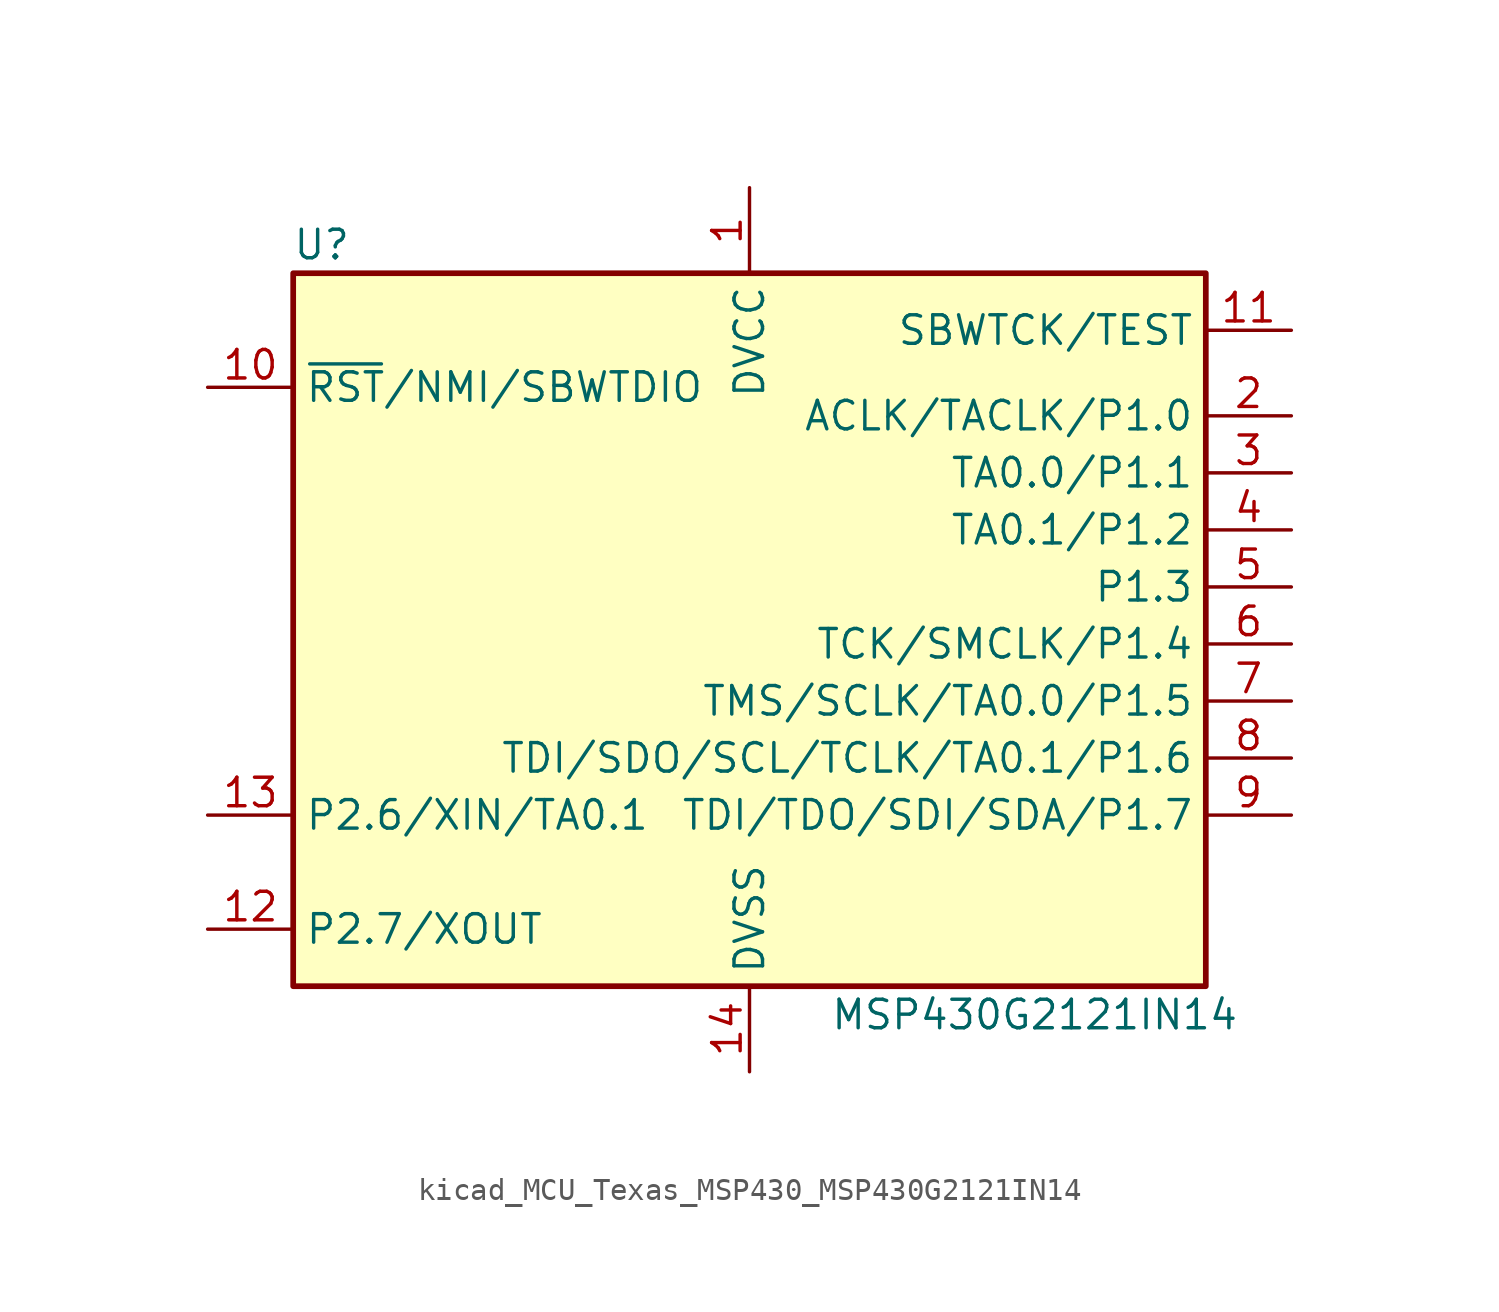
<source format=kicad_sym>
(kicad_symbol_lib
  (version 20220914)
  (generator kicad_symbol_editor)
  (symbol "kicad_MCU_Texas_MSP430_MSP430G2121IN14"
    (property "Reference" "U"
      (at -19.05 17.78 0)
      (effects (font (size 1.27 1.27))))
    (property "Value" "MSP430G2121IN14"
      (at 12.7 -16.51 0)
      (effects (font (size 1.27 1.27))))
    (symbol "kicad_MCU_Texas_MSP430_MSP430G2121IN14_0_1"
      (rectangle (start -20.32 16.51) (end 20.32 -15.24) (stroke (width 0.254) (type default)) (fill (type background))))
    (symbol "kicad_MCU_Texas_MSP430_MSP430G2121IN14_1_1"
      (pin power_in line (at 0 20.32 270) (length 3.81) (name "DVCC" (effects (font (size 1.27 1.27)))) (number "1" (effects (font (size 1.27 1.27)))))
      (pin input line (at -24.13 11.43 0) (length 3.81) (name "~{RST}/NMI/SBWTDIO" (effects (font (size 1.27 1.27)))) (number "10" (effects (font (size 1.27 1.27)))))
      (pin input line (at 24.13 13.97 180) (length 3.81) (name "SBWTCK/TEST" (effects (font (size 1.27 1.27)))) (number "11" (effects (font (size 1.27 1.27)))))
      (pin bidirectional line (at -24.13 -12.7 0) (length 3.81) (name "P2.7/XOUT" (effects (font (size 1.27 1.27)))) (number "12" (effects (font (size 1.27 1.27)))))
      (pin bidirectional line (at -24.13 -7.62 0) (length 3.81) (name "P2.6/XIN/TA0.1" (effects (font (size 1.27 1.27)))) (number "13" (effects (font (size 1.27 1.27)))))
      (pin power_in line (at 0 -19.05 90) (length 3.81) (name "DVSS" (effects (font (size 1.27 1.27)))) (number "14" (effects (font (size 1.27 1.27)))))
      (pin bidirectional line (at 24.13 10.16 180) (length 3.81) (name "ACLK/TACLK/P1.0" (effects (font (size 1.27 1.27)))) (number "2" (effects (font (size 1.27 1.27)))))
      (pin bidirectional line (at 24.13 7.62 180) (length 3.81) (name "TA0.0/P1.1" (effects (font (size 1.27 1.27)))) (number "3" (effects (font (size 1.27 1.27)))))
      (pin bidirectional line (at 24.13 5.08 180) (length 3.81) (name "TA0.1/P1.2" (effects (font (size 1.27 1.27)))) (number "4" (effects (font (size 1.27 1.27)))))
      (pin bidirectional line (at 24.13 2.54 180) (length 3.81) (name "P1.3" (effects (font (size 1.27 1.27)))) (number "5" (effects (font (size 1.27 1.27)))))
      (pin bidirectional line (at 24.13 0 180) (length 3.81) (name "TCK/SMCLK/P1.4" (effects (font (size 1.27 1.27)))) (number "6" (effects (font (size 1.27 1.27)))))
      (pin bidirectional line (at 24.13 -2.54 180) (length 3.81) (name "TMS/SCLK/TA0.0/P1.5" (effects (font (size 1.27 1.27)))) (number "7" (effects (font (size 1.27 1.27)))))
      (pin bidirectional line (at 24.13 -5.08 180) (length 3.81) (name "TDI/SDO/SCL/TCLK/TA0.1/P1.6" (effects (font (size 1.27 1.27)))) (number "8" (effects (font (size 1.27 1.27)))))
      (pin bidirectional line (at 24.13 -7.62 180) (length 3.81) (name "TDI/TDO/SDI/SDA/P1.7" (effects (font (size 1.27 1.27)))) (number "9" (effects (font (size 1.27 1.27))))))))
</source>
